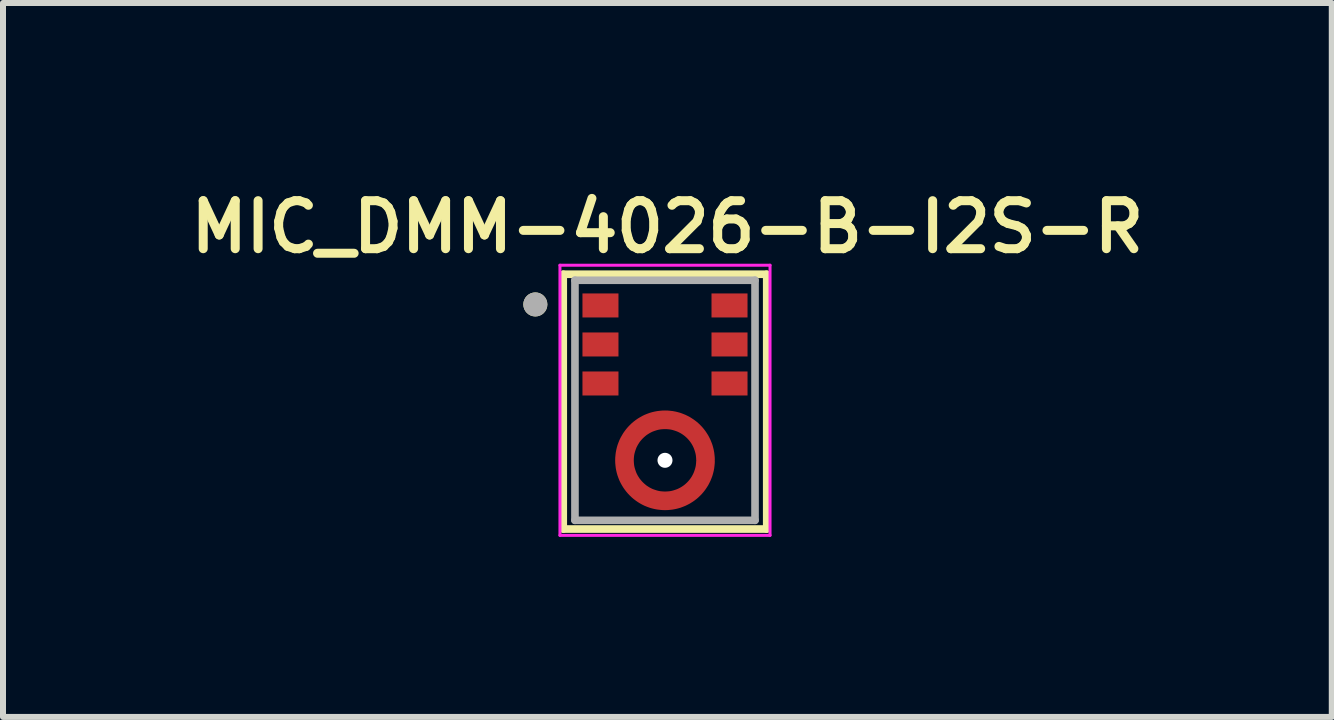
<source format=kicad_pcb>
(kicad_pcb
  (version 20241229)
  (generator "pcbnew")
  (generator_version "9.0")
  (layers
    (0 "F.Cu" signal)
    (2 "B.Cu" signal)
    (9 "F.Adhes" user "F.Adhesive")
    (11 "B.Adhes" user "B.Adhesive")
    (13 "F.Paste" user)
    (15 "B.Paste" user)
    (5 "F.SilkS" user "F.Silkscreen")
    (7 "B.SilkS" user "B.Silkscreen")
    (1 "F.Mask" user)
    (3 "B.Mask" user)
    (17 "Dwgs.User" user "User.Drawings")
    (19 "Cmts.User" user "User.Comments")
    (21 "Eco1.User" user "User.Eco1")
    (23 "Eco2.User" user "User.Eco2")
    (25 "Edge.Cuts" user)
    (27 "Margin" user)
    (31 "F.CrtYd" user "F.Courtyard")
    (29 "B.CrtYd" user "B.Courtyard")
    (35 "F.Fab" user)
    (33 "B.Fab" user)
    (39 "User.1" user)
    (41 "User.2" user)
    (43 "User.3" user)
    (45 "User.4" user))
  (footprint "MIC_DMM-4026-B-I2S-R"
    (layer "F.Cu")
    (at 8.029 4.619)
    (property "Reference" "MIC_DMM-4026-B-I2S-R" (at 0.04 -3.888 0) (layer "F.SilkS") (effects (font (size 0.8 0.8) (thickness 0.15))))
    (attr smd)
    (fp_poly (pts (xy -0.425 0) (xy -0.424 -0.022) (xy -0.423 -0.044) (xy -0.42 -0.066) (xy -0.416 -0.088) (xy -0.411 -0.11) (xy -0.404 -0.131) (xy -0.397 -0.152) (xy -0.388 -0.173) (xy -0.379 -0.193) (xy -0.368 -0.213) (xy -0.356 -0.231) (xy -0.344 -0.25) (xy -0.33 -0.267) (xy -0.316 -0.284) (xy -0.301 -0.301) (xy -0.284 -0.316) (xy -0.267 -0.33) (xy -0.25 -0.344) (xy -0.231 -0.356) (xy -0.212 -0.368) (xy -0.193 -0.379) (xy -0.173 -0.388) (xy -0.152 -0.397) (xy -0.131 -0.404) (xy -0.11 -0.411) (xy -0.088 -0.416) (xy -0.066 -0.42) (xy -0.044 -0.423) (xy -0.022 -0.424) (xy 0 -0.425) (xy 0.025 -0.424) (xy 0.047 -0.423) (xy 0.069 -0.42) (xy 0.09 -0.416) (xy 0.112 -0.411) (xy 0.133 -0.404) (xy 0.154 -0.397) (xy 0.174 -0.388) (xy 0.194 -0.379) (xy 0.214 -0.368) (xy 0.233 -0.357) (xy 0.251 -0.344) (xy 0.268 -0.331) (xy 0.285 -0.316) (xy 0.301 -0.301) (xy 0.316 -0.285) (xy 0.331 -0.268) (xy 0.344 -0.251) (xy 0.357 -0.233) (xy 0.368 -0.214) (xy 0.379 -0.194) (xy 0.388 -0.174) (xy 0.397 -0.154) (xy 0.404 -0.133) (xy 0.411 -0.112) (xy 0.416 -0.09) (xy 0.42 -0.069) (xy 0.423 -0.047) (xy 0.424 -0.025) (xy 0.425 -0.005) (xy 0.925 -0.005) (xy 0.924 -0.051) (xy 0.92 -0.099) (xy 0.914 -0.147) (xy 0.905 -0.194) (xy 0.894 -0.241) (xy 0.88 -0.288) (xy 0.864 -0.333) (xy 0.845 -0.378) (xy 0.824 -0.421) (xy 0.801 -0.464) (xy 0.776 -0.505) (xy 0.749 -0.545) (xy 0.719 -0.583) (xy 0.688 -0.62) (xy 0.655 -0.655) (xy 0.62 -0.688) (xy 0.583 -0.719) (xy 0.545 -0.749) (xy 0.505 -0.776) (xy 0.464 -0.801) (xy 0.421 -0.824) (xy 0.378 -0.845) (xy 0.333 -0.864) (xy 0.288 -0.88) (xy 0.241 -0.894) (xy 0.194 -0.905) (xy 0.147 -0.914) (xy 0.099 -0.92) (xy 0.051 -0.924) (xy 0 -0.925) (xy -0.048 -0.924) (xy -0.097 -0.92) (xy -0.145 -0.914) (xy -0.192 -0.905) (xy -0.239 -0.893) (xy -0.286 -0.88) (xy -0.331 -0.864) (xy -0.376 -0.845) (xy -0.42 -0.824) (xy -0.462 -0.801) (xy -0.504 -0.776) (xy -0.544 -0.748) (xy -0.582 -0.719) (xy -0.619 -0.687) (xy -0.654 -0.654) (xy -0.687 -0.619) (xy -0.719 -0.582) (xy -0.748 -0.544) (xy -0.776 -0.504) (xy -0.801 -0.463) (xy -0.824 -0.42) (xy -0.845 -0.376) (xy -0.864 -0.331) (xy -0.88 -0.286) (xy -0.893 -0.239) (xy -0.905 -0.192) (xy -0.914 -0.145) (xy -0.92 -0.097) (xy -0.924 -0.048) (xy -0.925 0) (xy -0.924 0.048) (xy -0.92 0.097) (xy -0.914 0.145) (xy -0.905 0.192) (xy -0.893 0.239) (xy -0.88 0.286) (xy -0.864 0.331) (xy -0.845 0.376) (xy -0.824 0.42) (xy -0.801 0.462) (xy -0.776 0.504) (xy -0.748 0.544) (xy -0.719 0.582) (xy -0.687 0.619) (xy -0.654 0.654) (xy -0.619 0.687) (xy -0.582 0.719) (xy -0.544 0.748) (xy -0.504 0.776) (xy -0.462 0.801) (xy -0.42 0.824) (xy -0.376 0.845) (xy -0.331 0.864) (xy -0.286 0.88) (xy -0.239 0.893) (xy -0.192 0.905) (xy -0.145 0.914) (xy -0.097 0.92) (xy -0.048 0.924) (xy 0 0.925) (xy 0.051 0.924) (xy 0.099 0.92) (xy 0.147 0.914) (xy 0.194 0.905) (xy 0.241 0.894) (xy 0.288 0.88) (xy 0.333 0.864) (xy 0.378 0.845) (xy 0.421 0.824) (xy 0.464 0.801) (xy 0.505 0.776) (xy 0.545 0.749) (xy 0.583 0.719) (xy 0.62 0.688) (xy 0.655 0.655) (xy 0.688 0.62) (xy 0.719 0.583) (xy 0.749 0.545) (xy 0.776 0.505) (xy 0.801 0.464) (xy 0.824 0.421) (xy 0.845 0.378) (xy 0.864 0.333) (xy 0.88 0.288) (xy 0.894 0.241) (xy 0.905 0.194) (xy 0.914 0.147) (xy 0.92 0.099) (xy 0.924 0.051) (xy 0.925 0.005) (xy 0.425 0.005) (xy 0.424 0.025) (xy 0.423 0.047) (xy 0.42 0.069) (xy 0.416 0.09) (xy 0.411 0.112) (xy 0.404 0.133) (xy 0.397 0.154) (xy 0.388 0.174) (xy 0.379 0.194) (xy 0.368 0.214) (xy 0.357 0.233) (xy 0.344 0.251) (xy 0.331 0.268) (xy 0.316 0.285) (xy 0.301 0.301) (xy 0.285 0.316) (xy 0.268 0.331) (xy 0.251 0.344) (xy 0.233 0.357) (xy 0.214 0.368) (xy 0.194 0.379) (xy 0.174 0.388) (xy 0.154 0.397) (xy 0.133 0.404) (xy 0.112 0.411) (xy 0.09 0.416) (xy 0.069 0.42) (xy 0.047 0.423) (xy 0.025 0.424) (xy 0 0.425) (xy -0.022 0.424) (xy -0.044 0.423) (xy -0.066 0.42) (xy -0.088 0.416) (xy -0.11 0.411) (xy -0.131 0.404) (xy -0.152 0.397) (xy -0.173 0.388) (xy -0.193 0.379) (xy -0.212 0.368) (xy -0.231 0.356) (xy -0.25 0.344) (xy -0.267 0.33) (xy -0.284 0.316) (xy -0.301 0.301) (xy -0.316 0.284) (xy -0.33 0.267) (xy -0.344 0.25) (xy -0.356 0.231) (xy -0.368 0.212) (xy -0.379 0.193) (xy -0.388 0.173) (xy -0.397 0.152) (xy -0.404 0.131) (xy -0.411 0.11) (xy -0.416 0.088) (xy -0.42 0.066) (xy -0.423 0.044) (xy -0.424 0.022) (xy -0.425 0)) (stroke (width 0.01) (type solid)) (fill yes) (layer "F.Mask"))
    (fp_line (start -1.695 -3.1) (end 1.695 -3.1) (stroke (width 0.127) (type solid)) (layer "F.SilkS"))
    (fp_line (start -1.695 1.145) (end -1.695 -3.1) (stroke (width 0.127) (type solid)) (layer "F.SilkS"))
    (fp_line (start 1.695 -3.1) (end 1.695 1.145) (stroke (width 0.127) (type solid)) (layer "F.SilkS"))
    (fp_line (start 1.695 1.145) (end -1.695 1.145) (stroke (width 0.127) (type solid)) (layer "F.SilkS"))
    (fp_circle (center -2.16 -2.597) (end -2.06 -2.597) (stroke (width 0.2) (type solid)) (fill no) (layer "F.SilkS"))
    (fp_poly (pts (xy -0.525 0) (xy -0.524 -0.027) (xy -0.522 -0.055) (xy -0.519 -0.082) (xy -0.514 -0.109) (xy -0.507 -0.136) (xy -0.499 -0.162) (xy -0.49 -0.188) (xy -0.48 -0.214) (xy -0.468 -0.238) (xy -0.455 -0.262) (xy -0.44 -0.286) (xy -0.425 -0.309) (xy -0.408 -0.33) (xy -0.39 -0.351) (xy -0.371 -0.371) (xy -0.351 -0.39) (xy -0.33 -0.408) (xy -0.309 -0.425) (xy -0.286 -0.44) (xy -0.262 -0.455) (xy -0.238 -0.468) (xy -0.214 -0.48) (xy -0.188 -0.49) (xy -0.162 -0.499) (xy -0.136 -0.507) (xy -0.109 -0.514) (xy -0.082 -0.519) (xy -0.055 -0.522) (xy -0.027 -0.524) (xy 0 -0.525) (xy 0.03 -0.524) (xy 0.057 -0.522) (xy 0.084 -0.519) (xy 0.111 -0.514) (xy 0.138 -0.507) (xy 0.164 -0.499) (xy 0.19 -0.49) (xy 0.215 -0.48) (xy 0.24 -0.468) (xy 0.264 -0.455) (xy 0.287 -0.441) (xy 0.31 -0.425) (xy 0.331 -0.409) (xy 0.352 -0.391) (xy 0.372 -0.372) (xy 0.391 -0.352) (xy 0.409 -0.331) (xy 0.425 -0.31) (xy 0.441 -0.287) (xy 0.455 -0.264) (xy 0.468 -0.24) (xy 0.48 -0.215) (xy 0.49 -0.19) (xy 0.499 -0.164) (xy 0.507 -0.138) (xy 0.514 -0.111) (xy 0.519 -0.084) (xy 0.522 -0.057) (xy 0.524 -0.03) (xy 0.525 -0.005) (xy 0.825 -0.005) (xy 0.824 -0.046) (xy 0.82 -0.088) (xy 0.815 -0.131) (xy 0.807 -0.174) (xy 0.797 -0.215) (xy 0.785 -0.257) (xy 0.77 -0.297) (xy 0.754 -0.337) (xy 0.735 -0.376) (xy 0.715 -0.414) (xy 0.692 -0.45) (xy 0.668 -0.486) (xy 0.642 -0.52) (xy 0.614 -0.553) (xy 0.584 -0.584) (xy 0.553 -0.614) (xy 0.52 -0.642) (xy 0.486 -0.668) (xy 0.45 -0.692) (xy 0.414 -0.715) (xy 0.376 -0.735) (xy 0.337 -0.754) (xy 0.297 -0.77) (xy 0.257 -0.785) (xy 0.215 -0.797) (xy 0.174 -0.807) (xy 0.131 -0.815) (xy 0.088 -0.82) (xy 0.046 -0.824) (xy 0 -0.825) (xy -0.043 -0.824) (xy -0.086 -0.82) (xy -0.129 -0.815) (xy -0.172 -0.807) (xy -0.214 -0.797) (xy -0.255 -0.785) (xy -0.296 -0.77) (xy -0.336 -0.754) (xy -0.375 -0.735) (xy -0.412 -0.714) (xy -0.449 -0.692) (xy -0.485 -0.667) (xy -0.519 -0.641) (xy -0.552 -0.613) (xy -0.583 -0.583) (xy -0.613 -0.552) (xy -0.641 -0.519) (xy -0.667 -0.485) (xy -0.692 -0.449) (xy -0.714 -0.412) (xy -0.735 -0.375) (xy -0.754 -0.336) (xy -0.77 -0.296) (xy -0.785 -0.255) (xy -0.797 -0.214) (xy -0.807 -0.172) (xy -0.815 -0.129) (xy -0.82 -0.086) (xy -0.824 -0.043) (xy -0.825 0) (xy -0.824 0.043) (xy -0.82 0.086) (xy -0.815 0.129) (xy -0.807 0.172) (xy -0.797 0.214) (xy -0.785 0.255) (xy -0.77 0.296) (xy -0.754 0.336) (xy -0.735 0.375) (xy -0.714 0.413) (xy -0.692 0.449) (xy -0.667 0.485) (xy -0.641 0.519) (xy -0.613 0.552) (xy -0.583 0.583) (xy -0.552 0.613) (xy -0.519 0.641) (xy -0.485 0.667) (xy -0.449 0.692) (xy -0.413 0.714) (xy -0.375 0.735) (xy -0.336 0.754) (xy -0.296 0.77) (xy -0.255 0.785) (xy -0.214 0.797) (xy -0.172 0.807) (xy -0.129 0.815) (xy -0.086 0.82) (xy -0.043 0.824) (xy 0 0.825) (xy 0.046 0.824) (xy 0.088 0.82) (xy 0.131 0.815) (xy 0.174 0.807) (xy 0.215 0.797) (xy 0.257 0.785) (xy 0.297 0.77) (xy 0.337 0.754) (xy 0.376 0.735) (xy 0.414 0.715) (xy 0.45 0.692) (xy 0.486 0.668) (xy 0.52 0.642) (xy 0.553 0.614) (xy 0.584 0.584) (xy 0.614 0.553) (xy 0.642 0.52) (xy 0.668 0.486) (xy 0.692 0.45) (xy 0.715 0.414) (xy 0.735 0.376) (xy 0.754 0.337) (xy 0.77 0.297) (xy 0.785 0.257) (xy 0.797 0.215) (xy 0.807 0.174) (xy 0.815 0.131) (xy 0.82 0.088) (xy 0.824 0.046) (xy 0.825 0.005) (xy 0.525 0.005) (xy 0.524 0.03) (xy 0.522 0.057) (xy 0.519 0.084) (xy 0.514 0.111) (xy 0.507 0.138) (xy 0.499 0.164) (xy 0.49 0.19) (xy 0.48 0.215) (xy 0.468 0.24) (xy 0.455 0.264) (xy 0.441 0.287) (xy 0.425 0.31) (xy 0.409 0.331) (xy 0.391 0.352) (xy 0.372 0.372) (xy 0.352 0.391) (xy 0.331 0.409) (xy 0.31 0.425) (xy 0.287 0.441) (xy 0.264 0.455) (xy 0.24 0.468) (xy 0.215 0.48) (xy 0.19 0.49) (xy 0.164 0.499) (xy 0.138 0.507) (xy 0.111 0.514) (xy 0.084 0.519) (xy 0.057 0.522) (xy 0.03 0.524) (xy 0 0.525) (xy -0.027 0.524) (xy -0.055 0.522) (xy -0.082 0.519) (xy -0.109 0.514) (xy -0.136 0.507) (xy -0.162 0.499) (xy -0.188 0.49) (xy -0.214 0.48) (xy -0.238 0.468) (xy -0.263 0.455) (xy -0.286 0.44) (xy -0.309 0.425) (xy -0.33 0.408) (xy -0.351 0.39) (xy -0.371 0.371) (xy -0.39 0.351) (xy -0.408 0.33) (xy -0.425 0.309) (xy -0.44 0.286) (xy -0.455 0.263) (xy -0.468 0.238) (xy -0.48 0.214) (xy -0.49 0.188) (xy -0.499 0.162) (xy -0.507 0.136) (xy -0.514 0.109) (xy -0.519 0.082) (xy -0.522 0.055) (xy -0.524 0.027) (xy -0.525 0)) (stroke (width 0.01) (type solid)) (fill yes) (layer "F.Paste"))
    (fp_line (start -1.75 -3.25) (end 1.75 -3.25) (stroke (width 0.05) (type solid)) (layer "F.CrtYd"))
    (fp_line (start -1.75 1.25) (end -1.75 -3.25) (stroke (width 0.05) (type solid)) (layer "F.CrtYd"))
    (fp_line (start 1.75 -3.25) (end 1.75 1.25) (stroke (width 0.05) (type solid)) (layer "F.CrtYd"))
    (fp_line (start 1.75 1.25) (end -1.75 1.25) (stroke (width 0.05) (type solid)) (layer "F.CrtYd"))
    (fp_line (start -1.5 -3) (end 1.5 -3) (stroke (width 0.127) (type solid)) (layer "F.Fab"))
    (fp_line (start -1.5 1) (end -1.5 -3) (stroke (width 0.127) (type solid)) (layer "F.Fab"))
    (fp_line (start 1.5 -3) (end 1.5 1) (stroke (width 0.127) (type solid)) (layer "F.Fab"))
    (fp_line (start 1.5 1) (end -1.5 1) (stroke (width 0.127) (type solid)) (layer "F.Fab"))
    (fp_circle (center -2.16 -2.597) (end -2.06 -2.597) (stroke (width 0.2) (type solid)) (fill no) (layer "F.Fab"))
    (pad "" np_thru_hole circle (at 0 0) (size 0.25 0.25) (drill 0.25) (layers "*.Cu" "*.Mask"))
    (pad "1" smd rect (at -1.075 -2.58) (size 0.6 0.4) (layers "F.Cu" "F.Mask" "F.Paste"))
    (pad "2" smd rect (at -1.075 -1.93) (size 0.6 0.4) (layers "F.Cu" "F.Mask" "F.Paste"))
    (pad "3" smd rect (at -1.075 -1.28) (size 0.6 0.4) (layers "F.Cu" "F.Mask" "F.Paste"))
    (pad "4" smd custom (at 0.01 0.66) (size 0.1 0.1) (layers "F.Cu") (options (anchor rect)) (primitives (gr_poly (pts (xy -0.535 -0.66) (xy -0.534 -0.687) (xy -0.532 -0.715) (xy -0.529 -0.742) (xy -0.524 -0.769) (xy -0.517 -0.796) (xy -0.509 -0.822) (xy -0.5 -0.848) (xy -0.49 -0.874) (xy -0.478 -0.898) (xy -0.465 -0.922) (xy -0.45 -0.946) (xy -0.435 -0.969) (xy -0.418 -0.99) (xy -0.4 -1.011) (xy -0.381 -1.031) (xy -0.361 -1.05) (xy -0.34 -1.068) (xy -0.319 -1.085) (xy -0.296 -1.1) (xy -0.272 -1.115) (xy -0.248 -1.128) (xy -0.224 -1.14) (xy -0.198 -1.15) (xy -0.172 -1.159) (xy -0.146 -1.167) (xy -0.119 -1.174) (xy -0.092 -1.179) (xy -0.065 -1.182) (xy -0.037 -1.184) (xy -0.01 -1.185) (xy 0.02 -1.184) (xy 0.047 -1.182) (xy 0.074 -1.179) (xy 0.101 -1.174) (xy 0.128 -1.167) (xy 0.154 -1.159) (xy 0.18 -1.15) (xy 0.205 -1.14) (xy 0.23 -1.128) (xy 0.254 -1.115) (xy 0.277 -1.101) (xy 0.3 -1.085) (xy 0.321 -1.069) (xy 0.342 -1.051) (xy 0.362 -1.032) (xy 0.381 -1.012) (xy 0.399 -0.991) (xy 0.415 -0.97) (xy 0.431 -0.947) (xy 0.445 -0.924) (xy 0.458 -0.9) (xy 0.47 -0.875) (xy 0.48 -0.85) (xy 0.489 -0.824) (xy 0.497 -0.798) (xy 0.504 -0.771) (xy 0.509 -0.744) (xy 0.512 -0.717) (xy 0.514 -0.69) (xy 0.515 -0.665) (xy 0.815 -0.665) (xy 0.814 -0.706) (xy 0.81 -0.748) (xy 0.805 -0.791) (xy 0.797 -0.834) (xy 0.787 -0.875) (xy 0.775 -0.917) (xy 0.76 -0.957) (xy 0.744 -0.997) (xy 0.725 -1.036) (xy 0.705 -1.074) (xy 0.682 -1.11) (xy 0.658 -1.146) (xy 0.632 -1.18) (xy 0.604 -1.213) (xy 0.574 -1.244) (xy 0.543 -1.274) (xy 0.51 -1.302) (xy 0.476 -1.328) (xy 0.44 -1.352) (xy 0.404 -1.375) (xy 0.366 -1.395) (xy 0.327 -1.414) (xy 0.287 -1.43) (xy 0.247 -1.445) (xy 0.205 -1.457) (xy 0.164 -1.467) (xy 0.121 -1.475) (xy 0.078 -1.48) (xy 0.036 -1.484) (xy -0.01 -1.485) (xy -0.053 -1.484) (xy -0.096 -1.48) (xy -0.139 -1.475) (xy -0.182 -1.467) (xy -0.224 -1.457) (xy -0.265 -1.445) (xy -0.306 -1.43) (xy -0.346 -1.414) (xy -0.385 -1.395) (xy -0.422 -1.374) (xy -0.459 -1.352) (xy -0.495 -1.327) (xy -0.529 -1.301) (xy -0.562 -1.273) (xy -0.593 -1.243) (xy -0.623 -1.212) (xy -0.651 -1.179) (xy -0.677 -1.145) (xy -0.702 -1.109) (xy -0.724 -1.072) (xy -0.745 -1.035) (xy -0.764 -0.996) (xy -0.78 -0.956) (xy -0.795 -0.915) (xy -0.807 -0.874) (xy -0.817 -0.832) (xy -0.825 -0.789) (xy -0.83 -0.746) (xy -0.834 -0.703) (xy -0.835 -0.66) (xy -0.834 -0.617) (xy -0.83 -0.574) (xy -0.825 -0.531) (xy -0.817 -0.488) (xy -0.807 -0.446) (xy -0.795 -0.405) (xy -0.78 -0.364) (xy -0.764 -0.324) (xy -0.745 -0.285) (xy -0.724 -0.247) (xy -0.702 -0.211) (xy -0.677 -0.175) (xy -0.651 -0.141) (xy -0.623 -0.108) (xy -0.593 -0.077) (xy -0.562 -0.047) (xy -0.529 -0.019) (xy -0.495 0.007) (xy -0.459 0.032) (xy -0.423 0.054) (xy -0.385 0.075) (xy -0.346 0.094) (xy -0.306 0.11) (xy -0.265 0.125) (xy -0.224 0.137) (xy -0.182 0.147) (xy -0.139 0.155) (xy -0.096 0.16) (xy -0.053 0.164) (xy -0.01 0.165) (xy 0.036 0.164) (xy 0.078 0.16) (xy 0.121 0.155) (xy 0.164 0.147) (xy 0.205 0.137) (xy 0.247 0.125) (xy 0.287 0.11) (xy 0.327 0.094) (xy 0.366 0.075) (xy 0.404 0.055) (xy 0.44 0.032) (xy 0.476 0.008) (xy 0.51 -0.018) (xy 0.543 -0.046) (xy 0.574 -0.076) (xy 0.604 -0.107) (xy 0.632 -0.14) (xy 0.658 -0.174) (xy 0.682 -0.21) (xy 0.705 -0.246) (xy 0.725 -0.284) (xy 0.744 -0.323) (xy 0.76 -0.363) (xy 0.775 -0.403) (xy 0.787 -0.445) (xy 0.797 -0.486) (xy 0.805 -0.529) (xy 0.81 -0.572) (xy 0.814 -0.614) (xy 0.815 -0.655) (xy 0.515 -0.655) (xy 0.514 -0.63) (xy 0.512 -0.603) (xy 0.509 -0.576) (xy 0.504 -0.549) (xy 0.497 -0.522) (xy 0.489 -0.496) (xy 0.48 -0.47) (xy 0.47 -0.445) (xy 0.458 -0.42) (xy 0.445 -0.396) (xy 0.431 -0.373) (xy 0.415 -0.35) (xy 0.399 -0.329) (xy 0.381 -0.308) (xy 0.362 -0.288) (xy 0.342 -0.269) (xy 0.321 -0.251) (xy 0.3 -0.235) (xy 0.277 -0.219) (xy 0.254 -0.205) (xy 0.23 -0.192) (xy 0.205 -0.18) (xy 0.18 -0.17) (xy 0.154 -0.161) (xy 0.128 -0.153) (xy 0.101 -0.146) (xy 0.074 -0.141) (xy 0.047 -0.138) (xy 0.02 -0.136) (xy -0.01 -0.135) (xy -0.037 -0.136) (xy -0.065 -0.138) (xy -0.092 -0.141) (xy -0.119 -0.146) (xy -0.146 -0.153) (xy -0.172 -0.161) (xy -0.198 -0.17) (xy -0.224 -0.18) (xy -0.248 -0.192) (xy -0.273 -0.205) (xy -0.296 -0.22) (xy -0.319 -0.235) (xy -0.34 -0.252) (xy -0.361 -0.27) (xy -0.381 -0.289) (xy -0.4 -0.309) (xy -0.418 -0.33) (xy -0.435 -0.351) (xy -0.45 -0.374) (xy -0.465 -0.397) (xy -0.478 -0.422) (xy -0.49 -0.446) (xy -0.5 -0.472) (xy -0.509 -0.498) (xy -0.517 -0.524) (xy -0.524 -0.551) (xy -0.529 -0.578) (xy -0.532 -0.605) (xy -0.534 -0.633) (xy -0.535 -0.66)) (width 0.01) (fill yes))))
    (pad "5" smd rect (at 1.075 -1.28) (size 0.6 0.4) (layers "F.Cu" "F.Mask" "F.Paste"))
    (pad "6" smd rect (at 1.075 -1.93) (size 0.6 0.4) (layers "F.Cu" "F.Mask" "F.Paste"))
    (pad "7" smd rect (at 1.075 -2.58) (size 0.6 0.4) (layers "F.Cu" "F.Mask" "F.Paste")))
  (gr_rect
    (start -3 -3)
    (end 19.138 8.894)
    (stroke (width 0.1) (type default))
    (fill no)
    (layer "Edge.Cuts")))
</source>
